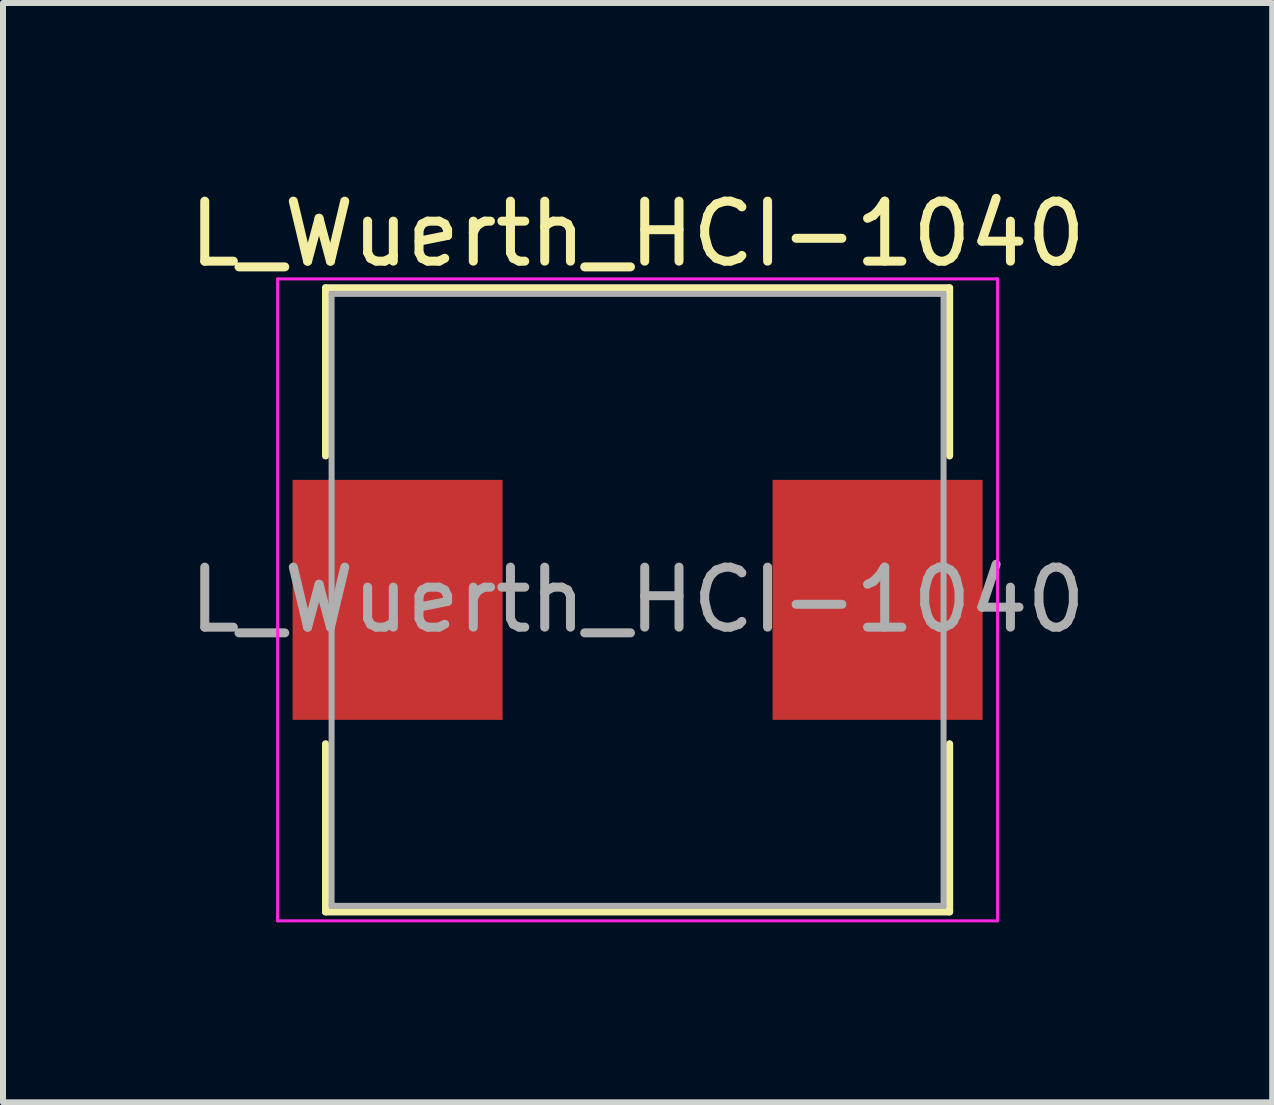
<source format=kicad_pcb>
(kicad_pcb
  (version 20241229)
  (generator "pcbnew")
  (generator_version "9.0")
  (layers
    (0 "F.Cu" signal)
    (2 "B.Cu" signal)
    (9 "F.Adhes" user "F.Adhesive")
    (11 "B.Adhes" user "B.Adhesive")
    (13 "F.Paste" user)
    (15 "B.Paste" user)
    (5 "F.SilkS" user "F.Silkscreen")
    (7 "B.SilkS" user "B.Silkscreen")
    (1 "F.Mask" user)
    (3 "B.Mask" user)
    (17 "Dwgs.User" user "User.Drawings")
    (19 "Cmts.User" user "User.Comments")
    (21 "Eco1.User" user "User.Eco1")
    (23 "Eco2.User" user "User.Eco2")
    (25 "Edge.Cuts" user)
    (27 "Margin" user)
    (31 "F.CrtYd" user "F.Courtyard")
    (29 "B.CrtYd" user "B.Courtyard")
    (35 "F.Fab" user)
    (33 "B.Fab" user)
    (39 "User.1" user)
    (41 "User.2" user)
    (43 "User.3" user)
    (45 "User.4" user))
  (footprint "L_Wuerth_HCI-1040"
    (layer "F.Cu")
    (at 7.577 6.948)
    (property "Reference" "L_Wuerth_HCI-1040" (at 0 -6.1 0) (layer "F.SilkS") (effects (font (size 1 1) (thickness 0.15))))
    (attr smd)
    (fp_line (start -5.2 -5.2) (end 5.2 -5.2) (stroke (width 0.12) (type solid)) (layer "F.SilkS"))
    (fp_line (start -5.2 -2.4) (end -5.2 -5.2) (stroke (width 0.12) (type solid)) (layer "F.SilkS"))
    (fp_line (start -5.2 2.4) (end -5.2 5.2) (stroke (width 0.12) (type solid)) (layer "F.SilkS"))
    (fp_line (start -5.2 5.2) (end 5.2 5.2) (stroke (width 0.12) (type solid)) (layer "F.SilkS"))
    (fp_line (start 5.2 -5.2) (end 5.2 -2.4) (stroke (width 0.12) (type solid)) (layer "F.SilkS"))
    (fp_line (start 5.2 5.2) (end 5.2 2.4) (stroke (width 0.12) (type solid)) (layer "F.SilkS"))
    (fp_line (start -6 -5.35) (end -6 5.35) (stroke (width 0.05) (type solid)) (layer "F.CrtYd"))
    (fp_line (start -6 5.35) (end 6 5.35) (stroke (width 0.05) (type solid)) (layer "F.CrtYd"))
    (fp_line (start 6 -5.35) (end -6 -5.35) (stroke (width 0.05) (type solid)) (layer "F.CrtYd"))
    (fp_line (start 6 5.35) (end 6 -5.35) (stroke (width 0.05) (type solid)) (layer "F.CrtYd"))
    (fp_line (start -5.1 -5.1) (end -5.1 5.1) (stroke (width 0.1) (type solid)) (layer "F.Fab"))
    (fp_line (start -5.1 5.1) (end 5.1 5.1) (stroke (width 0.1) (type solid)) (layer "F.Fab"))
    (fp_line (start 5.1 -5.1) (end -5.1 -5.1) (stroke (width 0.1) (type solid)) (layer "F.Fab"))
    (fp_line (start 5.1 5.1) (end 5.1 -5.1) (stroke (width 0.1) (type solid)) (layer "F.Fab"))
    (fp_text user "${REFERENCE}" (at 0 0 0) (layer "F.Fab") (effects (font (size 1 1) (thickness 0.15))))
    (pad "1" smd rect (at -4 0) (size 3.5 4) (layers "F.Cu" "F.Mask" "F.Paste"))
    (pad "2" smd rect (at 4 0) (size 3.5 4) (layers "F.Cu" "F.Mask" "F.Paste")))
  (gr_rect
    (start -3 -3)
    (end 18.155 15.323)
    (stroke (width 0.1) (type default))
    (fill no)
    (layer "Edge.Cuts")))
</source>
